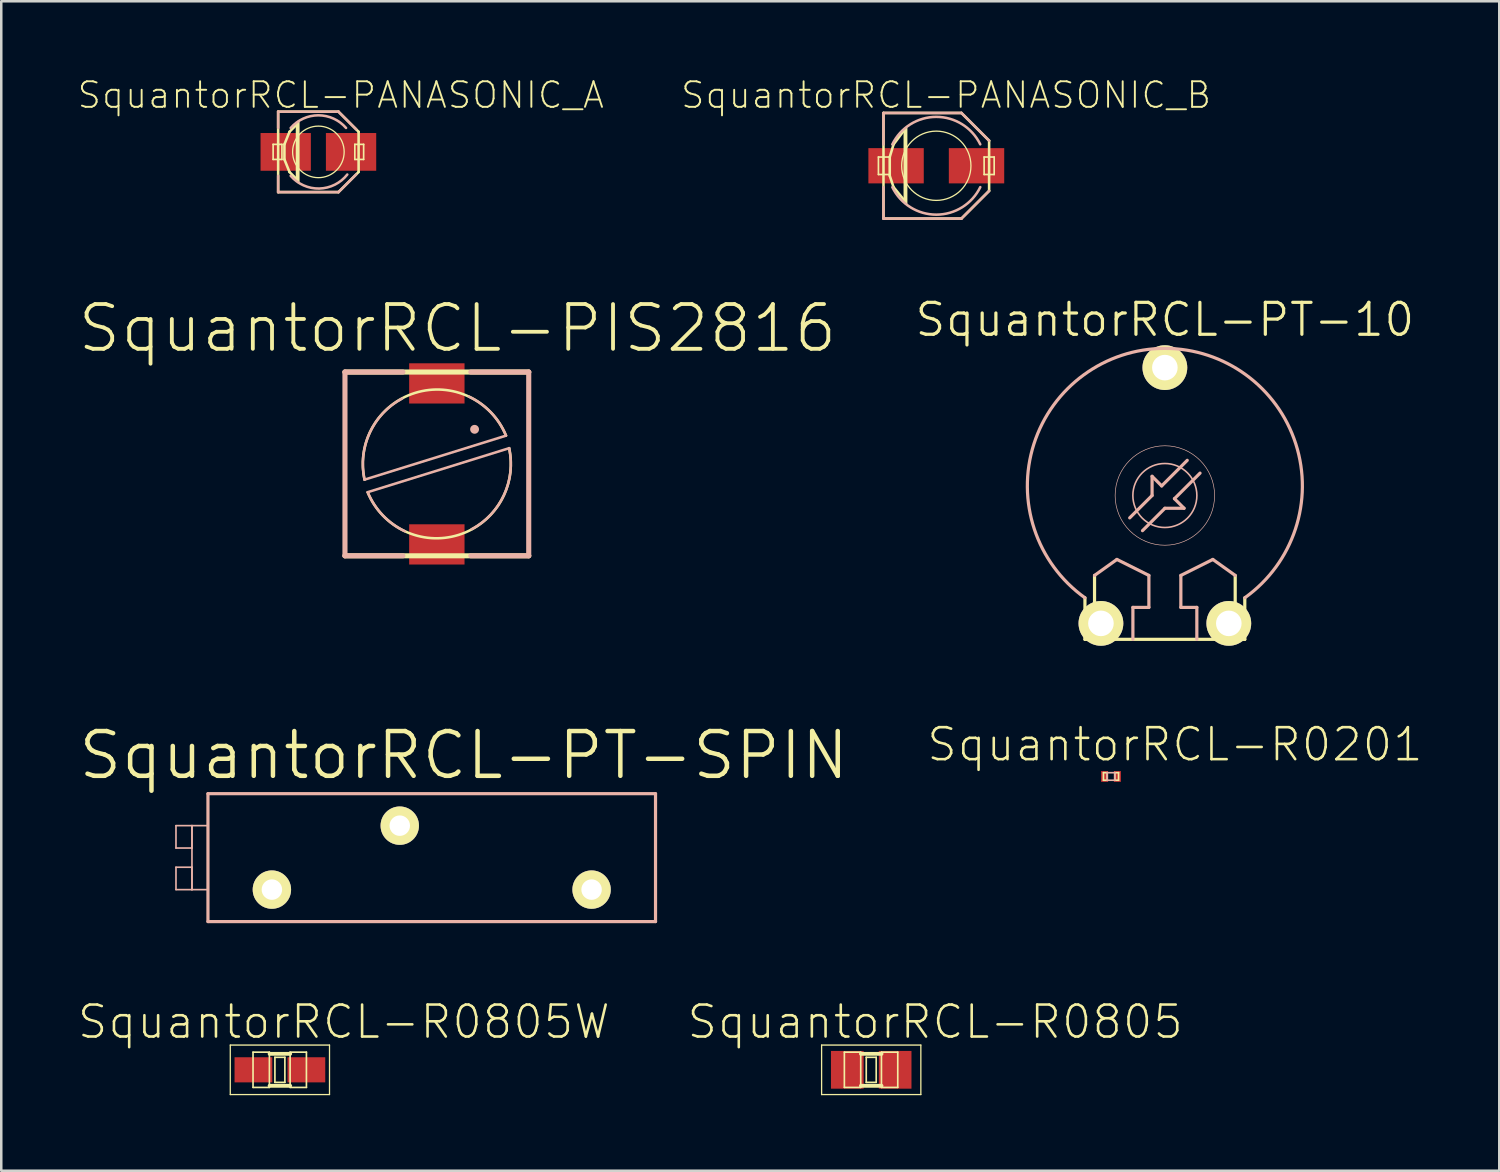
<source format=kicad_pcb>
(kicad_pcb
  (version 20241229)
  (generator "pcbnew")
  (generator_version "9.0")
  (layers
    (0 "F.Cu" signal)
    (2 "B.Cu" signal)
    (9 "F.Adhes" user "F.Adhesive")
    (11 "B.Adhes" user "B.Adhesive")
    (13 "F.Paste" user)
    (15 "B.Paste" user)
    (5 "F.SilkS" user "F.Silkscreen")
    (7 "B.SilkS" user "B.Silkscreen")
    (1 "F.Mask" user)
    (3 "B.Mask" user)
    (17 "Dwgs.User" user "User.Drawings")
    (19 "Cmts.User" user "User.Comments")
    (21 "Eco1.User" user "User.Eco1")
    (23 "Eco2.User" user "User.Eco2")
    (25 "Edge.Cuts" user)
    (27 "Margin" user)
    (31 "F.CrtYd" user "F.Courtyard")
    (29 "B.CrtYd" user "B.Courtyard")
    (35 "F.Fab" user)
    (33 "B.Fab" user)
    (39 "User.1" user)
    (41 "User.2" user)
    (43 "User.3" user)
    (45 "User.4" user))
  (footprint "SquantorRCL-PIS2816"
    (layer "F.Cu")
    (at 14.304 15.379)
    (property "Reference" "SquantorRCL-PIS2816" (at 0.818 -5.387 0) (layer "F.SilkS") (effects (font (size 1.778 1.778) (thickness 0.152))))
    (attr smd)
    (fp_line (start -3.65 3.65) (end 3.65 3.65) (stroke (width 0.203) (type solid)) (layer "F.SilkS"))
    (fp_line (start 3.65 -3.65) (end -3.65 -3.65) (stroke (width 0.203) (type solid)) (layer "F.SilkS"))
    (fp_arc (start -2.87274 0.62484) (mid -0.863851 -2.821002) (end 2.746928 -1.126382) (stroke (width 0.1016) (type solid)) (layer "F.SilkS"))
    (fp_arc (start 2.87274 -0.62484) (mid 0.863851 2.821002) (end -2.746928 1.126382) (stroke (width 0.1016) (type solid)) (layer "F.SilkS"))
    (fp_line (start -3.65 -3.65) (end -3.65 3.65) (stroke (width 0.203) (type solid)) (layer "B.SilkS"))
    (fp_line (start -3.65 3.65) (end -1.349 3.65) (stroke (width 0.203) (type solid)) (layer "B.SilkS"))
    (fp_line (start -2.748 1.123) (end 2.873 -0.625) (stroke (width 0.102) (type solid)) (layer "B.SilkS"))
    (fp_line (start -1.349 -3.65) (end -3.65 -3.65) (stroke (width 0.203) (type solid)) (layer "B.SilkS"))
    (fp_line (start 1.349 3.65) (end 3.65 3.65) (stroke (width 0.203) (type solid)) (layer "B.SilkS"))
    (fp_line (start 2.748 -1.123) (end -2.873 0.625) (stroke (width 0.102) (type solid)) (layer "B.SilkS"))
    (fp_line (start 3.65 -3.65) (end 1.349 -3.65) (stroke (width 0.203) (type solid)) (layer "B.SilkS"))
    (fp_line (start 3.65 3.65) (end 3.65 -3.65) (stroke (width 0.203) (type solid)) (layer "B.SilkS"))
    (fp_arc (start -2.87274 0.62484) (mid -2.667081 -1.236825) (end -1.378893 -2.596481) (stroke (width 0.1016) (type solid)) (layer "B.SilkS"))
    (fp_arc (start -1.27254 2.67462) (mid -2.152858 2.038214) (end -2.745845 1.128082) (stroke (width 0.1016) (type solid)) (layer "B.SilkS"))
    (fp_arc (start 1.27254 -2.67462) (mid 2.152858 -2.038214) (end 2.745845 -1.128082) (stroke (width 0.1016) (type solid)) (layer "B.SilkS"))
    (fp_arc (start 2.87274 -0.62484) (mid 2.667081 1.236825) (end 1.378893 2.596481) (stroke (width 0.1016) (type solid)) (layer "B.SilkS"))
    (fp_circle (center 1.499 -1.374) (end 1.623 -1.499) (stroke (width 0) (type solid)) (fill yes) (layer "B.SilkS"))
    (pad "1" smd rect (at 0 -3.198) (size 2.2 1.598) (layers "F.Cu" "F.Mask" "F.Paste"))
    (pad "2" smd rect (at 0 3.198) (size 2.2 1.598) (layers "F.Cu" "F.Mask" "F.Paste")))
  (footprint "SquantorRCL-R0805"
    (layer "F.Cu")
    (at 31.56 39.449)
    (property "Reference" "SquantorRCL-R0805" (at 2.54 -1.905 0) (layer "F.SilkS") (effects (font (size 1.27 1.27) (thickness 0.102))))
    (attr smd)
    (fp_line (start -1.971 -0.983) (end 1.971 -0.983) (stroke (width 0.051) (type solid)) (layer "F.SilkS"))
    (fp_line (start -1.971 0.983) (end -1.971 -0.983) (stroke (width 0.051) (type solid)) (layer "F.SilkS"))
    (fp_line (start -1.067 -0.701) (end -0.417 -0.701) (stroke (width 0.066) (type solid)) (layer "F.SilkS"))
    (fp_line (start -1.067 0.699) (end -1.067 -0.701) (stroke (width 0.066) (type solid)) (layer "F.SilkS"))
    (fp_line (start -1.067 0.699) (end -0.417 0.699) (stroke (width 0.066) (type solid)) (layer "F.SilkS"))
    (fp_line (start -0.417 0.699) (end -0.417 -0.701) (stroke (width 0.066) (type solid)) (layer "F.SilkS"))
    (fp_line (start -0.409 -0.635) (end 0.409 -0.635) (stroke (width 0.152) (type solid)) (layer "F.SilkS"))
    (fp_line (start -0.409 0.635) (end 0.409 0.635) (stroke (width 0.152) (type solid)) (layer "F.SilkS"))
    (fp_line (start -0.198 -0.498) (end 0.198 -0.498) (stroke (width 0.066) (type solid)) (layer "F.SilkS"))
    (fp_line (start -0.198 0.498) (end -0.198 -0.498) (stroke (width 0.066) (type solid)) (layer "F.SilkS"))
    (fp_line (start -0.198 0.498) (end 0.198 0.498) (stroke (width 0.066) (type solid)) (layer "F.SilkS"))
    (fp_line (start 0.198 0.498) (end 0.198 -0.498) (stroke (width 0.066) (type solid)) (layer "F.SilkS"))
    (fp_line (start 0.406 -0.701) (end 1.054 -0.701) (stroke (width 0.066) (type solid)) (layer "F.SilkS"))
    (fp_line (start 0.406 0.699) (end 0.406 -0.701) (stroke (width 0.066) (type solid)) (layer "F.SilkS"))
    (fp_line (start 0.406 0.699) (end 1.054 0.699) (stroke (width 0.066) (type solid)) (layer "F.SilkS"))
    (fp_line (start 1.054 0.699) (end 1.054 -0.701) (stroke (width 0.066) (type solid)) (layer "F.SilkS"))
    (fp_line (start 1.971 -0.983) (end 1.971 0.983) (stroke (width 0.051) (type solid)) (layer "F.SilkS"))
    (fp_line (start 1.971 0.983) (end -1.971 0.983) (stroke (width 0.051) (type solid)) (layer "F.SilkS"))
    (pad "1" smd rect (at -0.95 0) (size 1.298 1.499) (layers "F.Cu" "F.Mask" "F.Paste"))
    (pad "2" smd rect (at 0.95 0) (size 1.298 1.499) (layers "F.Cu" "F.Mask" "F.Paste")))
  (footprint "SquantorRCL-PT-10"
    (layer "F.Cu")
    (at 43.225 16.634)
    (property "Reference" "SquantorRCL-PT-10" (at 0 -6.985 0) (layer "F.SilkS") (effects (font (size 1.27 1.27) (thickness 0.127))))
    (attr exclude_from_pos_files exclude_from_bom)
    (fp_line (start -3.175 5.715) (end -3.175 4.064) (stroke (width 0.127) (type solid)) (layer "F.SilkS"))
    (fp_line (start -3.175 5.715) (end 3.175 5.715) (stroke (width 0.127) (type solid)) (layer "F.SilkS"))
    (fp_line (start -2.794 5.715) (end -2.794 3.175) (stroke (width 0.127) (type solid)) (layer "F.SilkS"))
    (fp_line (start 2.794 3.175) (end 2.794 5.715) (stroke (width 0.127) (type solid)) (layer "F.SilkS"))
    (fp_line (start 3.175 4.064) (end 3.175 5.715) (stroke (width 0.127) (type solid)) (layer "F.SilkS"))
    (fp_line (start -2.794 3.175) (end -1.905 2.54) (stroke (width 0.127) (type solid)) (layer "B.SilkS"))
    (fp_line (start -1.905 2.54) (end -0.635 3.175) (stroke (width 0.127) (type solid)) (layer "B.SilkS"))
    (fp_line (start -1.27 4.445) (end -1.27 5.715) (stroke (width 0.127) (type solid)) (layer "B.SilkS"))
    (fp_line (start -0.635 3.175) (end -0.635 4.445) (stroke (width 0.127) (type solid)) (layer "B.SilkS"))
    (fp_line (start -0.635 4.445) (end -1.27 4.445) (stroke (width 0.127) (type solid)) (layer "B.SilkS"))
    (fp_line (start -0.508 -0.762) (end -0.508 0) (stroke (width 0.127) (type solid)) (layer "B.SilkS"))
    (fp_line (start -0.508 0) (end -1.397 0.889) (stroke (width 0.127) (type solid)) (layer "B.SilkS"))
    (fp_line (start -0.127 -0.381) (end -0.508 -0.762) (stroke (width 0.127) (type solid)) (layer "B.SilkS"))
    (fp_line (start 0 0.508) (end -0.889 1.397) (stroke (width 0.127) (type solid)) (layer "B.SilkS"))
    (fp_line (start 0.381 0.127) (end 0.762 0.508) (stroke (width 0.127) (type solid)) (layer "B.SilkS"))
    (fp_line (start 0.635 3.175) (end 1.905 2.54) (stroke (width 0.127) (type solid)) (layer "B.SilkS"))
    (fp_line (start 0.635 4.445) (end 0.635 3.175) (stroke (width 0.127) (type solid)) (layer "B.SilkS"))
    (fp_line (start 0.762 0.508) (end 0 0.508) (stroke (width 0.127) (type solid)) (layer "B.SilkS"))
    (fp_line (start 0.889 -1.397) (end -0.127 -0.381) (stroke (width 0.127) (type solid)) (layer "B.SilkS"))
    (fp_line (start 1.27 4.445) (end 0.635 4.445) (stroke (width 0.127) (type solid)) (layer "B.SilkS"))
    (fp_line (start 1.27 5.715) (end 1.27 4.445) (stroke (width 0.127) (type solid)) (layer "B.SilkS"))
    (fp_line (start 1.397 -0.889) (end 0.381 0.127) (stroke (width 0.127) (type solid)) (layer "B.SilkS"))
    (fp_line (start 1.905 2.54) (end 2.794 3.175) (stroke (width 0.127) (type solid)) (layer "B.SilkS"))
    (fp_arc (start -3.175 4.064) (mid -0.001175 -5.843476) (end 3.176912 4.062634) (stroke (width 0.127) (type solid)) (layer "B.SilkS"))
    (fp_circle (center 0 0) (end -1.397 1.397) (stroke (width 0.025) (type solid)) (fill no) (layer "B.SilkS"))
    (fp_circle (center 0 0) (end -0.899 0.899) (stroke (width 0.064) (type solid)) (fill no) (layer "B.SilkS"))
    (pad "1" thru_hole circle (at -2.54 5.08) (size 1.778 1.778) (drill 1.016) (layers "*.Cu" "F.Mask" "F.SilkS" "F.Paste"))
    (pad "2" thru_hole circle (at 2.54 5.08) (size 1.778 1.778) (drill 1.016) (layers "*.Cu" "F.Mask" "F.SilkS" "F.Paste"))
    (pad "3" thru_hole circle (at 0 -5.08) (size 1.778 1.778) (drill 1.016) (layers "*.Cu" "F.Mask" "F.SilkS" "F.Paste")))
  (footprint "SquantorRCL-R0805W"
    (layer "F.Cu")
    (at 8.069 39.449)
    (property "Reference" "SquantorRCL-R0805W" (at 2.54 -1.905 0) (layer "F.SilkS") (effects (font (size 1.27 1.27) (thickness 0.102))))
    (attr smd)
    (fp_line (start -1.971 -0.983) (end 1.971 -0.983) (stroke (width 0.051) (type solid)) (layer "F.SilkS"))
    (fp_line (start -1.971 0.983) (end -1.971 -0.983) (stroke (width 0.051) (type solid)) (layer "F.SilkS"))
    (fp_line (start -1.067 -0.701) (end -0.417 -0.701) (stroke (width 0.066) (type solid)) (layer "F.SilkS"))
    (fp_line (start -1.067 0.699) (end -1.067 -0.701) (stroke (width 0.066) (type solid)) (layer "F.SilkS"))
    (fp_line (start -1.067 0.699) (end -0.417 0.699) (stroke (width 0.066) (type solid)) (layer "F.SilkS"))
    (fp_line (start -0.417 0.699) (end -0.417 -0.701) (stroke (width 0.066) (type solid)) (layer "F.SilkS"))
    (fp_line (start -0.409 -0.635) (end 0.409 -0.635) (stroke (width 0.152) (type solid)) (layer "F.SilkS"))
    (fp_line (start -0.409 0.635) (end 0.409 0.635) (stroke (width 0.152) (type solid)) (layer "F.SilkS"))
    (fp_line (start -0.198 -0.498) (end 0.198 -0.498) (stroke (width 0.066) (type solid)) (layer "F.SilkS"))
    (fp_line (start -0.198 0.498) (end -0.198 -0.498) (stroke (width 0.066) (type solid)) (layer "F.SilkS"))
    (fp_line (start -0.198 0.498) (end 0.198 0.498) (stroke (width 0.066) (type solid)) (layer "F.SilkS"))
    (fp_line (start 0.198 0.498) (end 0.198 -0.498) (stroke (width 0.066) (type solid)) (layer "F.SilkS"))
    (fp_line (start 0.406 -0.701) (end 1.054 -0.701) (stroke (width 0.066) (type solid)) (layer "F.SilkS"))
    (fp_line (start 0.406 0.699) (end 0.406 -0.701) (stroke (width 0.066) (type solid)) (layer "F.SilkS"))
    (fp_line (start 0.406 0.699) (end 1.054 0.699) (stroke (width 0.066) (type solid)) (layer "F.SilkS"))
    (fp_line (start 1.054 0.699) (end 1.054 -0.701) (stroke (width 0.066) (type solid)) (layer "F.SilkS"))
    (fp_line (start 1.971 -0.983) (end 1.971 0.983) (stroke (width 0.051) (type solid)) (layer "F.SilkS"))
    (fp_line (start 1.971 0.983) (end -1.971 0.983) (stroke (width 0.051) (type solid)) (layer "F.SilkS"))
    (pad "1" smd rect (at -1.052 0) (size 1.499 0.998) (layers "F.Cu" "F.Mask" "F.Paste"))
    (pad "2" smd rect (at 1.052 0) (size 1.499 0.998) (layers "F.Cu" "F.Mask" "F.Paste")))
  (footprint "SquantorRCL-PANASONIC_A"
    (layer "F.Cu")
    (at 9.598 2.984)
    (property "Reference" "SquantorRCL-PANASONIC_A" (at 0.889 -2.256 0) (layer "F.SilkS") (effects (font (size 1.016 1.016) (thickness 0.076))))
    (attr smd)
    (fp_line (start -1.798 -0.3) (end -1.448 -0.3) (stroke (width 0.066) (type solid)) (layer "F.SilkS"))
    (fp_line (start -1.798 0.3) (end -1.798 -0.3) (stroke (width 0.066) (type solid)) (layer "F.SilkS"))
    (fp_line (start -1.798 0.3) (end -1.448 0.3) (stroke (width 0.066) (type solid)) (layer "F.SilkS"))
    (fp_line (start -1.598 -1.598) (end 0.798 -1.598) (stroke (width 0.102) (type solid)) (layer "F.SilkS"))
    (fp_line (start -1.598 1.598) (end -1.598 -1.598) (stroke (width 0.102) (type solid)) (layer "F.SilkS"))
    (fp_line (start -1.448 0.3) (end -1.448 -0.3) (stroke (width 0.066) (type solid)) (layer "F.SilkS"))
    (fp_line (start -1.349 -0.3) (end -1.349 0.3) (stroke (width 0.102) (type solid)) (layer "F.SilkS"))
    (fp_line (start -1.349 0.3) (end -1.148 0.798) (stroke (width 0.102) (type solid)) (layer "F.SilkS"))
    (fp_line (start -1.148 -0.798) (end -1.349 -0.3) (stroke (width 0.102) (type solid)) (layer "F.SilkS"))
    (fp_line (start -1.148 0.798) (end -0.848 1.1) (stroke (width 0.102) (type solid)) (layer "F.SilkS"))
    (fp_line (start -0.848 -1.1) (end -1.148 -0.798) (stroke (width 0.102) (type solid)) (layer "F.SilkS"))
    (fp_line (start -0.848 -1.049) (end -0.848 -1.1) (stroke (width 0.102) (type solid)) (layer "F.SilkS"))
    (fp_line (start -0.848 1.1) (end -0.848 -1.049) (stroke (width 0.102) (type solid)) (layer "F.SilkS"))
    (fp_line (start -0.798 -1.199) (end -0.798 1.199) (stroke (width 0.102) (type solid)) (layer "F.SilkS"))
    (fp_line (start 0.798 -1.598) (end 1.598 -0.798) (stroke (width 0.102) (type solid)) (layer "F.SilkS"))
    (fp_line (start 0.798 1.598) (end -1.598 1.598) (stroke (width 0.102) (type solid)) (layer "F.SilkS"))
    (fp_line (start 1.448 -0.3) (end 1.798 -0.3) (stroke (width 0.066) (type solid)) (layer "F.SilkS"))
    (fp_line (start 1.448 0.3) (end 1.448 -0.3) (stroke (width 0.066) (type solid)) (layer "F.SilkS"))
    (fp_line (start 1.448 0.3) (end 1.798 0.3) (stroke (width 0.066) (type solid)) (layer "F.SilkS"))
    (fp_line (start 1.598 -0.798) (end 1.598 0.798) (stroke (width 0.102) (type solid)) (layer "F.SilkS"))
    (fp_line (start 1.598 0.798) (end 0.798 1.598) (stroke (width 0.102) (type solid)) (layer "F.SilkS"))
    (fp_line (start 1.798 0.3) (end 1.798 -0.3) (stroke (width 0.066) (type solid)) (layer "F.SilkS"))
    (fp_circle (center 0 0) (end -0.724 0.724) (stroke (width 0.051) (type solid)) (fill no) (layer "F.SilkS"))
    (fp_line (start -1.598 -1.598) (end 0.798 -1.598) (stroke (width 0.102) (type solid)) (layer "B.SilkS"))
    (fp_line (start -1.598 -0.95) (end -1.598 -1.598) (stroke (width 0.102) (type solid)) (layer "B.SilkS"))
    (fp_line (start -1.598 1.598) (end -1.598 0.95) (stroke (width 0.102) (type solid)) (layer "B.SilkS"))
    (fp_line (start 0.798 -1.598) (end 1.499 -0.899) (stroke (width 0.102) (type solid)) (layer "B.SilkS"))
    (fp_line (start 0.798 1.598) (end -1.598 1.598) (stroke (width 0.102) (type solid)) (layer "B.SilkS"))
    (fp_line (start 1.499 0.899) (end 0.798 1.598) (stroke (width 0.102) (type solid)) (layer "B.SilkS"))
    (fp_arc (start -1.09982 -0.94996) (mid -0.000798 -1.453282) (end 1.098776 -0.951168) (stroke (width 0.1016) (type solid)) (layer "B.SilkS"))
    (fp_arc (start 1.14808 0.89916) (mid 0.036109 1.455893) (end -1.100341 0.951002) (stroke (width 0.1016) (type solid)) (layer "B.SilkS"))
    (pad "+" smd rect (at 1.298 0) (size 1.999 1.499) (layers "F.Cu" "F.Mask" "F.Paste"))
    (pad "-" smd rect (at -1.298 0) (size 1.999 1.499) (layers "F.Cu" "F.Mask" "F.Paste")))
  (footprint "SquantorRCL-R0201"
    (layer "F.Cu")
    (at 41.085 27.795)
    (property "Reference" "SquantorRCL-R0201" (at 2.54 -1.27 0) (layer "F.SilkS") (effects (font (size 1.27 1.27) (thickness 0.102))))
    (attr smd)
    (fp_line (start -0.3 -0.15) (end -0.15 -0.15) (stroke (width 0.066) (type solid)) (layer "F.SilkS"))
    (fp_line (start -0.3 0.15) (end -0.3 -0.15) (stroke (width 0.066) (type solid)) (layer "F.SilkS"))
    (fp_line (start -0.3 0.15) (end -0.15 0.15) (stroke (width 0.066) (type solid)) (layer "F.SilkS"))
    (fp_line (start -0.15 0.15) (end -0.15 -0.15) (stroke (width 0.066) (type solid)) (layer "F.SilkS"))
    (fp_line (start 0.15 -0.15) (end 0.3 -0.15) (stroke (width 0.066) (type solid)) (layer "F.SilkS"))
    (fp_line (start 0.15 0.15) (end 0.15 -0.15) (stroke (width 0.066) (type solid)) (layer "F.SilkS"))
    (fp_line (start 0.15 0.15) (end 0.3 0.15) (stroke (width 0.066) (type solid)) (layer "F.SilkS"))
    (fp_line (start 0.3 0.15) (end 0.3 -0.15) (stroke (width 0.066) (type solid)) (layer "F.SilkS"))
    (fp_line (start -0.15 -0.15) (end 0.15 -0.15) (stroke (width 0.066) (type solid)) (layer "B.SilkS"))
    (fp_line (start -0.15 0.15) (end -0.15 -0.15) (stroke (width 0.066) (type solid)) (layer "B.SilkS"))
    (fp_line (start -0.15 0.15) (end 0.15 0.15) (stroke (width 0.066) (type solid)) (layer "B.SilkS"))
    (fp_line (start 0.15 0.15) (end 0.15 -0.15) (stroke (width 0.066) (type solid)) (layer "B.SilkS"))
    (pad "1" smd rect (at -0.254 0) (size 0.279 0.429) (layers "F.Cu" "F.Mask" "F.Paste"))
    (pad "2" smd rect (at 0.254 0) (size 0.279 0.429) (layers "F.Cu" "F.Mask" "F.Paste")))
  (footprint "SquantorRCL-PANASONIC_B"
    (layer "F.Cu")
    (at 34.145 3.535)
    (property "Reference" "SquantorRCL-PANASONIC_B" (at 0.389 -2.807 0) (layer "F.SilkS") (effects (font (size 1.016 1.016) (thickness 0.076))))
    (attr smd)
    (fp_line (start -2.299 -0.348) (end -1.849 -0.348) (stroke (width 0.066) (type solid)) (layer "F.SilkS"))
    (fp_line (start -2.299 0.348) (end -2.299 -0.348) (stroke (width 0.066) (type solid)) (layer "F.SilkS"))
    (fp_line (start -2.299 0.348) (end -1.849 0.348) (stroke (width 0.066) (type solid)) (layer "F.SilkS"))
    (fp_line (start -2.098 -2.098) (end 0.998 -2.098) (stroke (width 0.102) (type solid)) (layer "F.SilkS"))
    (fp_line (start -2.098 2.098) (end -2.098 -2.098) (stroke (width 0.102) (type solid)) (layer "F.SilkS"))
    (fp_line (start -1.849 -0.348) (end -1.849 0.399) (stroke (width 0.102) (type solid)) (layer "F.SilkS"))
    (fp_line (start -1.849 0.348) (end -1.849 -0.348) (stroke (width 0.066) (type solid)) (layer "F.SilkS"))
    (fp_line (start -1.849 0.399) (end -1.699 0.848) (stroke (width 0.102) (type solid)) (layer "F.SilkS"))
    (fp_line (start -1.699 -0.848) (end -1.849 -0.348) (stroke (width 0.102) (type solid)) (layer "F.SilkS"))
    (fp_line (start -1.699 0.848) (end -1.25 1.4) (stroke (width 0.102) (type solid)) (layer "F.SilkS"))
    (fp_line (start -1.25 -1.448) (end -1.699 -0.848) (stroke (width 0.102) (type solid)) (layer "F.SilkS"))
    (fp_line (start -1.25 -1.4) (end -1.25 -1.448) (stroke (width 0.102) (type solid)) (layer "F.SilkS"))
    (fp_line (start -1.25 1.4) (end -1.25 -1.4) (stroke (width 0.102) (type solid)) (layer "F.SilkS"))
    (fp_line (start -1.199 -1.499) (end -1.199 1.499) (stroke (width 0.102) (type solid)) (layer "F.SilkS"))
    (fp_line (start 0.998 -2.098) (end 2.098 -0.998) (stroke (width 0.102) (type solid)) (layer "F.SilkS"))
    (fp_line (start 0.998 2.098) (end -2.098 2.098) (stroke (width 0.102) (type solid)) (layer "F.SilkS"))
    (fp_line (start 1.9 -0.348) (end 2.299 -0.348) (stroke (width 0.066) (type solid)) (layer "F.SilkS"))
    (fp_line (start 1.9 0.348) (end 1.9 -0.348) (stroke (width 0.066) (type solid)) (layer "F.SilkS"))
    (fp_line (start 1.9 0.348) (end 2.299 0.348) (stroke (width 0.066) (type solid)) (layer "F.SilkS"))
    (fp_line (start 2.098 -0.998) (end 2.098 0.998) (stroke (width 0.102) (type solid)) (layer "F.SilkS"))
    (fp_line (start 2.098 0.998) (end 0.998 2.098) (stroke (width 0.102) (type solid)) (layer "F.SilkS"))
    (fp_line (start 2.299 0.348) (end 2.299 -0.348) (stroke (width 0.066) (type solid)) (layer "F.SilkS"))
    (fp_circle (center 0 0) (end -0.973 0.973) (stroke (width 0.051) (type solid)) (fill no) (layer "F.SilkS"))
    (fp_line (start -2.098 -2.098) (end 0.998 -2.098) (stroke (width 0.102) (type solid)) (layer "B.SilkS"))
    (fp_line (start -2.098 -0.848) (end -2.098 -2.098) (stroke (width 0.102) (type solid)) (layer "B.SilkS"))
    (fp_line (start -2.098 2.098) (end -2.098 0.848) (stroke (width 0.102) (type solid)) (layer "B.SilkS"))
    (fp_line (start 0.998 -2.098) (end 2.098 -0.998) (stroke (width 0.102) (type solid)) (layer "B.SilkS"))
    (fp_line (start 0.998 2.098) (end -2.098 2.098) (stroke (width 0.102) (type solid)) (layer "B.SilkS"))
    (fp_line (start 2.098 0.998) (end 0.998 2.098) (stroke (width 0.102) (type solid)) (layer "B.SilkS"))
    (fp_arc (start -1.74752 -0.84836) (mid -0.001866 -1.942559) (end 1.745887 -0.851716) (stroke (width 0.1016) (type solid)) (layer "B.SilkS"))
    (fp_arc (start 1.74752 0.84836) (mid 0.001866 1.942559) (end -1.745887 0.851716) (stroke (width 0.1016) (type solid)) (layer "B.SilkS"))
    (pad "+" smd rect (at 1.598 0) (size 2.2 1.4) (layers "F.Cu" "F.Mask" "F.Paste"))
    (pad "-" smd rect (at -1.598 0) (size 2.2 1.4) (layers "F.Cu" "F.Mask" "F.Paste")))
  (footprint "SquantorRCL-PT-SPIN"
    (layer "F.Cu")
    (at 14.101 31.02)
    (property "Reference" "SquantorRCL-PT-SPIN" (at 1.27 -4.064 0) (layer "F.SilkS") (effects (font (size 1.778 1.778) (thickness 0.178))))
    (attr exclude_from_pos_files exclude_from_bom)
    (fp_line (start -10.16 -1.27) (end -9.525 -1.27) (stroke (width 0.066) (type solid)) (layer "B.SilkS"))
    (fp_line (start -10.16 -0.381) (end -10.16 -1.27) (stroke (width 0.066) (type solid)) (layer "B.SilkS"))
    (fp_line (start -10.16 -0.381) (end -9.525 -0.381) (stroke (width 0.066) (type solid)) (layer "B.SilkS"))
    (fp_line (start -10.16 0.381) (end -9.525 0.381) (stroke (width 0.066) (type solid)) (layer "B.SilkS"))
    (fp_line (start -10.16 1.27) (end -10.16 0.381) (stroke (width 0.066) (type solid)) (layer "B.SilkS"))
    (fp_line (start -10.16 1.27) (end -9.525 1.27) (stroke (width 0.066) (type solid)) (layer "B.SilkS"))
    (fp_line (start -9.525 -1.27) (end -8.89 -1.27) (stroke (width 0.066) (type solid)) (layer "B.SilkS"))
    (fp_line (start -9.525 -0.381) (end -9.525 -1.27) (stroke (width 0.066) (type solid)) (layer "B.SilkS"))
    (fp_line (start -9.525 1.27) (end -9.525 -1.27) (stroke (width 0.066) (type solid)) (layer "B.SilkS"))
    (fp_line (start -9.525 1.27) (end -9.525 0.381) (stroke (width 0.066) (type solid)) (layer "B.SilkS"))
    (fp_line (start -9.525 1.27) (end -8.89 1.27) (stroke (width 0.066) (type solid)) (layer "B.SilkS"))
    (fp_line (start -8.89 -2.54) (end -8.89 2.54) (stroke (width 0.127) (type solid)) (layer "B.SilkS"))
    (fp_line (start -8.89 1.27) (end -8.89 -1.27) (stroke (width 0.066) (type solid)) (layer "B.SilkS"))
    (fp_line (start -8.89 2.54) (end 8.89 2.54) (stroke (width 0.127) (type solid)) (layer "B.SilkS"))
    (fp_line (start 8.89 -2.54) (end -8.89 -2.54) (stroke (width 0.127) (type solid)) (layer "B.SilkS"))
    (fp_line (start 8.89 2.54) (end 8.89 -2.54) (stroke (width 0.127) (type solid)) (layer "B.SilkS"))
    (pad "1" thru_hole circle (at -6.35 1.27) (size 1.524 1.524) (drill 0.813) (layers "*.Cu" "F.Mask" "F.SilkS" "F.Paste"))
    (pad "2" thru_hole circle (at 6.35 1.27) (size 1.524 1.524) (drill 0.813) (layers "*.Cu" "F.Mask" "F.SilkS" "F.Paste"))
    (pad "3" thru_hole circle (at -1.27 -1.27) (size 1.524 1.524) (drill 0.813) (layers "*.Cu" "F.Mask" "F.SilkS" "F.Paste")))
  (gr_rect
    (start -3 -3)
    (end 56.509 43.458)
    (stroke (width 0.1) (type default))
    (fill no)
    (layer "Edge.Cuts")))
</source>
